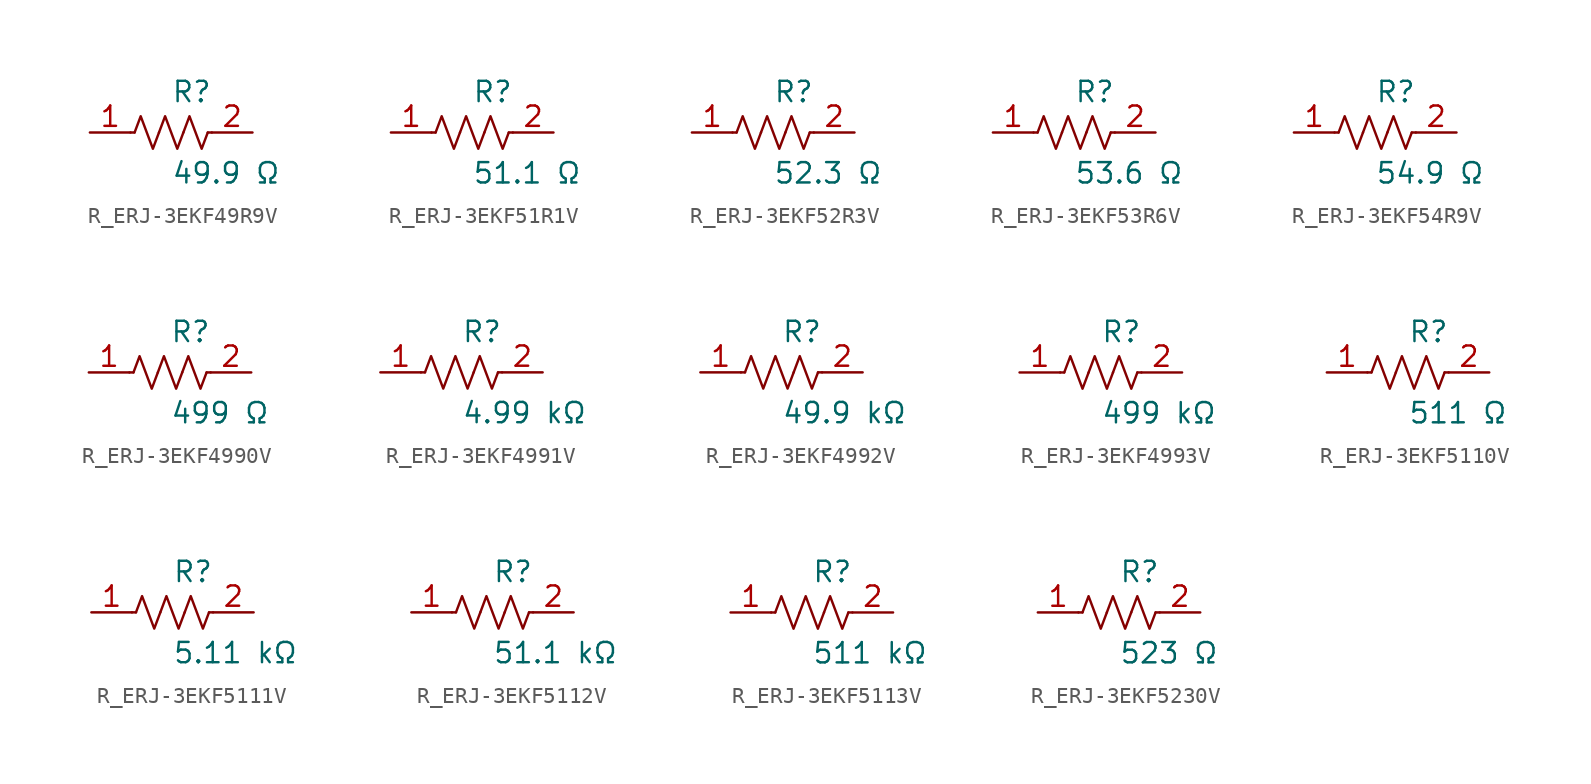
<source format=kicad_sym>
(kicad_symbol_lib
  (version 20231120)
  (generator "kicad_symbol_editor")
  (generator_version "8.0")
  (symbol "R_ERJ-3EKF49R9V"
    (pin_names
      (offset 0.254))
    (property "Reference" "R"
      (at 0 2.54 0)
      (effects (font (size 1.27 1.27)) (justify left)))
    (property "Value" "49.9 Ω"
      (at 0 -2.54 0)
      (effects (font (size 1.27 1.27)) (justify left)))
    (symbol "R_ERJ-3EKF49R9V_0_1"
      (polyline (pts (xy 2.286 0) (xy 2.54 0)) (stroke (width 0) (type default)) (fill (type none)))
      (polyline (pts (xy -2.286 0) (xy -2.54 0)) (stroke (width 0) (type default)) (fill (type none)))
      (polyline (pts (xy 0.762 0) (xy 1.143 1.016) (xy 1.524 0) (xy 1.905 -1.016) (xy 2.286 0)) (stroke (width 0) (type default)) (fill (type none)))
      (polyline (pts (xy -0.762 0) (xy -0.381 1.016) (xy 0 0) (xy 0.381 -1.016) (xy 0.762 0)) (stroke (width 0) (type default)) (fill (type none)))
      (polyline (pts (xy -2.286 0) (xy -1.905 1.016) (xy -1.524 0) (xy -1.143 -1.016) (xy -0.762 0)) (stroke (width 0) (type default)) (fill (type none))))
    (pin unspecified line
      (at -5.08 0 0)
      (length 2.54)
      (name "" (effects (font (size 1.27 1.27))))
      (number "1" (effects (font (size 1.27 1.27)))))
    (pin unspecified line
      (at 5.08 0 180)
      (length 2.54)
      (name "" (effects (font (size 1.27 1.27))))
      (number "2" (effects (font (size 1.27 1.27))))))
  (symbol "R_ERJ-3EKF51R1V"
    (pin_names
      (offset 0.254))
    (property "Reference" "R"
      (at 0 2.54 0)
      (effects (font (size 1.27 1.27)) (justify left)))
    (property "Value" "51.1 Ω"
      (at 0 -2.54 0)
      (effects (font (size 1.27 1.27)) (justify left)))
    (symbol "R_ERJ-3EKF51R1V_0_1"
      (polyline (pts (xy 2.286 0) (xy 2.54 0)) (stroke (width 0) (type default)) (fill (type none)))
      (polyline (pts (xy -2.286 0) (xy -2.54 0)) (stroke (width 0) (type default)) (fill (type none)))
      (polyline (pts (xy 0.762 0) (xy 1.143 1.016) (xy 1.524 0) (xy 1.905 -1.016) (xy 2.286 0)) (stroke (width 0) (type default)) (fill (type none)))
      (polyline (pts (xy -0.762 0) (xy -0.381 1.016) (xy 0 0) (xy 0.381 -1.016) (xy 0.762 0)) (stroke (width 0) (type default)) (fill (type none)))
      (polyline (pts (xy -2.286 0) (xy -1.905 1.016) (xy -1.524 0) (xy -1.143 -1.016) (xy -0.762 0)) (stroke (width 0) (type default)) (fill (type none))))
    (pin unspecified line
      (at -5.08 0 0)
      (length 2.54)
      (name "" (effects (font (size 1.27 1.27))))
      (number "1" (effects (font (size 1.27 1.27)))))
    (pin unspecified line
      (at 5.08 0 180)
      (length 2.54)
      (name "" (effects (font (size 1.27 1.27))))
      (number "2" (effects (font (size 1.27 1.27))))))
  (symbol "R_ERJ-3EKF52R3V"
    (pin_names
      (offset 0.254))
    (property "Reference" "R"
      (at 0 2.54 0)
      (effects (font (size 1.27 1.27)) (justify left)))
    (property "Value" "52.3 Ω"
      (at 0 -2.54 0)
      (effects (font (size 1.27 1.27)) (justify left)))
    (symbol "R_ERJ-3EKF52R3V_0_1"
      (polyline (pts (xy 2.286 0) (xy 2.54 0)) (stroke (width 0) (type default)) (fill (type none)))
      (polyline (pts (xy -2.286 0) (xy -2.54 0)) (stroke (width 0) (type default)) (fill (type none)))
      (polyline (pts (xy 0.762 0) (xy 1.143 1.016) (xy 1.524 0) (xy 1.905 -1.016) (xy 2.286 0)) (stroke (width 0) (type default)) (fill (type none)))
      (polyline (pts (xy -0.762 0) (xy -0.381 1.016) (xy 0 0) (xy 0.381 -1.016) (xy 0.762 0)) (stroke (width 0) (type default)) (fill (type none)))
      (polyline (pts (xy -2.286 0) (xy -1.905 1.016) (xy -1.524 0) (xy -1.143 -1.016) (xy -0.762 0)) (stroke (width 0) (type default)) (fill (type none))))
    (pin unspecified line
      (at -5.08 0 0)
      (length 2.54)
      (name "" (effects (font (size 1.27 1.27))))
      (number "1" (effects (font (size 1.27 1.27)))))
    (pin unspecified line
      (at 5.08 0 180)
      (length 2.54)
      (name "" (effects (font (size 1.27 1.27))))
      (number "2" (effects (font (size 1.27 1.27))))))
  (symbol "R_ERJ-3EKF53R6V"
    (pin_names
      (offset 0.254))
    (property "Reference" "R"
      (at 0 2.54 0)
      (effects (font (size 1.27 1.27)) (justify left)))
    (property "Value" "53.6 Ω"
      (at 0 -2.54 0)
      (effects (font (size 1.27 1.27)) (justify left)))
    (symbol "R_ERJ-3EKF53R6V_0_1"
      (polyline (pts (xy 2.286 0) (xy 2.54 0)) (stroke (width 0) (type default)) (fill (type none)))
      (polyline (pts (xy -2.286 0) (xy -2.54 0)) (stroke (width 0) (type default)) (fill (type none)))
      (polyline (pts (xy 0.762 0) (xy 1.143 1.016) (xy 1.524 0) (xy 1.905 -1.016) (xy 2.286 0)) (stroke (width 0) (type default)) (fill (type none)))
      (polyline (pts (xy -0.762 0) (xy -0.381 1.016) (xy 0 0) (xy 0.381 -1.016) (xy 0.762 0)) (stroke (width 0) (type default)) (fill (type none)))
      (polyline (pts (xy -2.286 0) (xy -1.905 1.016) (xy -1.524 0) (xy -1.143 -1.016) (xy -0.762 0)) (stroke (width 0) (type default)) (fill (type none))))
    (pin unspecified line
      (at -5.08 0 0)
      (length 2.54)
      (name "" (effects (font (size 1.27 1.27))))
      (number "1" (effects (font (size 1.27 1.27)))))
    (pin unspecified line
      (at 5.08 0 180)
      (length 2.54)
      (name "" (effects (font (size 1.27 1.27))))
      (number "2" (effects (font (size 1.27 1.27))))))
  (symbol "R_ERJ-3EKF54R9V"
    (pin_names
      (offset 0.254))
    (property "Reference" "R"
      (at 0 2.54 0)
      (effects (font (size 1.27 1.27)) (justify left)))
    (property "Value" "54.9 Ω"
      (at 0 -2.54 0)
      (effects (font (size 1.27 1.27)) (justify left)))
    (symbol "R_ERJ-3EKF54R9V_0_1"
      (polyline (pts (xy 2.286 0) (xy 2.54 0)) (stroke (width 0) (type default)) (fill (type none)))
      (polyline (pts (xy -2.286 0) (xy -2.54 0)) (stroke (width 0) (type default)) (fill (type none)))
      (polyline (pts (xy 0.762 0) (xy 1.143 1.016) (xy 1.524 0) (xy 1.905 -1.016) (xy 2.286 0)) (stroke (width 0) (type default)) (fill (type none)))
      (polyline (pts (xy -0.762 0) (xy -0.381 1.016) (xy 0 0) (xy 0.381 -1.016) (xy 0.762 0)) (stroke (width 0) (type default)) (fill (type none)))
      (polyline (pts (xy -2.286 0) (xy -1.905 1.016) (xy -1.524 0) (xy -1.143 -1.016) (xy -0.762 0)) (stroke (width 0) (type default)) (fill (type none))))
    (pin unspecified line
      (at -5.08 0 0)
      (length 2.54)
      (name "" (effects (font (size 1.27 1.27))))
      (number "1" (effects (font (size 1.27 1.27)))))
    (pin unspecified line
      (at 5.08 0 180)
      (length 2.54)
      (name "" (effects (font (size 1.27 1.27))))
      (number "2" (effects (font (size 1.27 1.27))))))
  (symbol "R_ERJ-3EKF4990V"
    (pin_names
      (offset 0.254))
    (property "Reference" "R"
      (at 0 2.54 0)
      (effects (font (size 1.27 1.27)) (justify left)))
    (property "Value" "499 Ω"
      (at 0 -2.54 0)
      (effects (font (size 1.27 1.27)) (justify left)))
    (symbol "R_ERJ-3EKF4990V_0_1"
      (polyline (pts (xy 2.286 0) (xy 2.54 0)) (stroke (width 0) (type default)) (fill (type none)))
      (polyline (pts (xy -2.286 0) (xy -2.54 0)) (stroke (width 0) (type default)) (fill (type none)))
      (polyline (pts (xy 0.762 0) (xy 1.143 1.016) (xy 1.524 0) (xy 1.905 -1.016) (xy 2.286 0)) (stroke (width 0) (type default)) (fill (type none)))
      (polyline (pts (xy -0.762 0) (xy -0.381 1.016) (xy 0 0) (xy 0.381 -1.016) (xy 0.762 0)) (stroke (width 0) (type default)) (fill (type none)))
      (polyline (pts (xy -2.286 0) (xy -1.905 1.016) (xy -1.524 0) (xy -1.143 -1.016) (xy -0.762 0)) (stroke (width 0) (type default)) (fill (type none))))
    (pin unspecified line
      (at -5.08 0 0)
      (length 2.54)
      (name "" (effects (font (size 1.27 1.27))))
      (number "1" (effects (font (size 1.27 1.27)))))
    (pin unspecified line
      (at 5.08 0 180)
      (length 2.54)
      (name "" (effects (font (size 1.27 1.27))))
      (number "2" (effects (font (size 1.27 1.27))))))
  (symbol "R_ERJ-3EKF4991V"
    (pin_names
      (offset 0.254))
    (property "Reference" "R"
      (at 0 2.54 0)
      (effects (font (size 1.27 1.27)) (justify left)))
    (property "Value" "4.99 kΩ"
      (at 0 -2.54 0)
      (effects (font (size 1.27 1.27)) (justify left)))
    (symbol "R_ERJ-3EKF4991V_0_1"
      (polyline (pts (xy 2.286 0) (xy 2.54 0)) (stroke (width 0) (type default)) (fill (type none)))
      (polyline (pts (xy -2.286 0) (xy -2.54 0)) (stroke (width 0) (type default)) (fill (type none)))
      (polyline (pts (xy 0.762 0) (xy 1.143 1.016) (xy 1.524 0) (xy 1.905 -1.016) (xy 2.286 0)) (stroke (width 0) (type default)) (fill (type none)))
      (polyline (pts (xy -0.762 0) (xy -0.381 1.016) (xy 0 0) (xy 0.381 -1.016) (xy 0.762 0)) (stroke (width 0) (type default)) (fill (type none)))
      (polyline (pts (xy -2.286 0) (xy -1.905 1.016) (xy -1.524 0) (xy -1.143 -1.016) (xy -0.762 0)) (stroke (width 0) (type default)) (fill (type none))))
    (pin unspecified line
      (at -5.08 0 0)
      (length 2.54)
      (name "" (effects (font (size 1.27 1.27))))
      (number "1" (effects (font (size 1.27 1.27)))))
    (pin unspecified line
      (at 5.08 0 180)
      (length 2.54)
      (name "" (effects (font (size 1.27 1.27))))
      (number "2" (effects (font (size 1.27 1.27))))))
  (symbol "R_ERJ-3EKF4992V"
    (pin_names
      (offset 0.254))
    (property "Reference" "R"
      (at 0 2.54 0)
      (effects (font (size 1.27 1.27)) (justify left)))
    (property "Value" "49.9 kΩ"
      (at 0 -2.54 0)
      (effects (font (size 1.27 1.27)) (justify left)))
    (symbol "R_ERJ-3EKF4992V_0_1"
      (polyline (pts (xy 2.286 0) (xy 2.54 0)) (stroke (width 0) (type default)) (fill (type none)))
      (polyline (pts (xy -2.286 0) (xy -2.54 0)) (stroke (width 0) (type default)) (fill (type none)))
      (polyline (pts (xy 0.762 0) (xy 1.143 1.016) (xy 1.524 0) (xy 1.905 -1.016) (xy 2.286 0)) (stroke (width 0) (type default)) (fill (type none)))
      (polyline (pts (xy -0.762 0) (xy -0.381 1.016) (xy 0 0) (xy 0.381 -1.016) (xy 0.762 0)) (stroke (width 0) (type default)) (fill (type none)))
      (polyline (pts (xy -2.286 0) (xy -1.905 1.016) (xy -1.524 0) (xy -1.143 -1.016) (xy -0.762 0)) (stroke (width 0) (type default)) (fill (type none))))
    (pin unspecified line
      (at -5.08 0 0)
      (length 2.54)
      (name "" (effects (font (size 1.27 1.27))))
      (number "1" (effects (font (size 1.27 1.27)))))
    (pin unspecified line
      (at 5.08 0 180)
      (length 2.54)
      (name "" (effects (font (size 1.27 1.27))))
      (number "2" (effects (font (size 1.27 1.27))))))
  (symbol "R_ERJ-3EKF4993V"
    (pin_names
      (offset 0.254))
    (property "Reference" "R"
      (at 0 2.54 0)
      (effects (font (size 1.27 1.27)) (justify left)))
    (property "Value" "499 kΩ"
      (at 0 -2.54 0)
      (effects (font (size 1.27 1.27)) (justify left)))
    (symbol "R_ERJ-3EKF4993V_0_1"
      (polyline (pts (xy 2.286 0) (xy 2.54 0)) (stroke (width 0) (type default)) (fill (type none)))
      (polyline (pts (xy -2.286 0) (xy -2.54 0)) (stroke (width 0) (type default)) (fill (type none)))
      (polyline (pts (xy 0.762 0) (xy 1.143 1.016) (xy 1.524 0) (xy 1.905 -1.016) (xy 2.286 0)) (stroke (width 0) (type default)) (fill (type none)))
      (polyline (pts (xy -0.762 0) (xy -0.381 1.016) (xy 0 0) (xy 0.381 -1.016) (xy 0.762 0)) (stroke (width 0) (type default)) (fill (type none)))
      (polyline (pts (xy -2.286 0) (xy -1.905 1.016) (xy -1.524 0) (xy -1.143 -1.016) (xy -0.762 0)) (stroke (width 0) (type default)) (fill (type none))))
    (pin unspecified line
      (at -5.08 0 0)
      (length 2.54)
      (name "" (effects (font (size 1.27 1.27))))
      (number "1" (effects (font (size 1.27 1.27)))))
    (pin unspecified line
      (at 5.08 0 180)
      (length 2.54)
      (name "" (effects (font (size 1.27 1.27))))
      (number "2" (effects (font (size 1.27 1.27))))))
  (symbol "R_ERJ-3EKF5110V"
    (pin_names
      (offset 0.254))
    (property "Reference" "R"
      (at 0 2.54 0)
      (effects (font (size 1.27 1.27)) (justify left)))
    (property "Value" "511 Ω"
      (at 0 -2.54 0)
      (effects (font (size 1.27 1.27)) (justify left)))
    (symbol "R_ERJ-3EKF5110V_0_1"
      (polyline (pts (xy 2.286 0) (xy 2.54 0)) (stroke (width 0) (type default)) (fill (type none)))
      (polyline (pts (xy -2.286 0) (xy -2.54 0)) (stroke (width 0) (type default)) (fill (type none)))
      (polyline (pts (xy 0.762 0) (xy 1.143 1.016) (xy 1.524 0) (xy 1.905 -1.016) (xy 2.286 0)) (stroke (width 0) (type default)) (fill (type none)))
      (polyline (pts (xy -0.762 0) (xy -0.381 1.016) (xy 0 0) (xy 0.381 -1.016) (xy 0.762 0)) (stroke (width 0) (type default)) (fill (type none)))
      (polyline (pts (xy -2.286 0) (xy -1.905 1.016) (xy -1.524 0) (xy -1.143 -1.016) (xy -0.762 0)) (stroke (width 0) (type default)) (fill (type none))))
    (pin unspecified line
      (at -5.08 0 0)
      (length 2.54)
      (name "" (effects (font (size 1.27 1.27))))
      (number "1" (effects (font (size 1.27 1.27)))))
    (pin unspecified line
      (at 5.08 0 180)
      (length 2.54)
      (name "" (effects (font (size 1.27 1.27))))
      (number "2" (effects (font (size 1.27 1.27))))))
  (symbol "R_ERJ-3EKF5111V"
    (pin_names
      (offset 0.254))
    (property "Reference" "R"
      (at 0 2.54 0)
      (effects (font (size 1.27 1.27)) (justify left)))
    (property "Value" "5.11 kΩ"
      (at 0 -2.54 0)
      (effects (font (size 1.27 1.27)) (justify left)))
    (symbol "R_ERJ-3EKF5111V_0_1"
      (polyline (pts (xy 2.286 0) (xy 2.54 0)) (stroke (width 0) (type default)) (fill (type none)))
      (polyline (pts (xy -2.286 0) (xy -2.54 0)) (stroke (width 0) (type default)) (fill (type none)))
      (polyline (pts (xy 0.762 0) (xy 1.143 1.016) (xy 1.524 0) (xy 1.905 -1.016) (xy 2.286 0)) (stroke (width 0) (type default)) (fill (type none)))
      (polyline (pts (xy -0.762 0) (xy -0.381 1.016) (xy 0 0) (xy 0.381 -1.016) (xy 0.762 0)) (stroke (width 0) (type default)) (fill (type none)))
      (polyline (pts (xy -2.286 0) (xy -1.905 1.016) (xy -1.524 0) (xy -1.143 -1.016) (xy -0.762 0)) (stroke (width 0) (type default)) (fill (type none))))
    (pin unspecified line
      (at -5.08 0 0)
      (length 2.54)
      (name "" (effects (font (size 1.27 1.27))))
      (number "1" (effects (font (size 1.27 1.27)))))
    (pin unspecified line
      (at 5.08 0 180)
      (length 2.54)
      (name "" (effects (font (size 1.27 1.27))))
      (number "2" (effects (font (size 1.27 1.27))))))
  (symbol "R_ERJ-3EKF5112V"
    (pin_names
      (offset 0.254))
    (property "Reference" "R"
      (at 0 2.54 0)
      (effects (font (size 1.27 1.27)) (justify left)))
    (property "Value" "51.1 kΩ"
      (at 0 -2.54 0)
      (effects (font (size 1.27 1.27)) (justify left)))
    (symbol "R_ERJ-3EKF5112V_0_1"
      (polyline (pts (xy 2.286 0) (xy 2.54 0)) (stroke (width 0) (type default)) (fill (type none)))
      (polyline (pts (xy -2.286 0) (xy -2.54 0)) (stroke (width 0) (type default)) (fill (type none)))
      (polyline (pts (xy 0.762 0) (xy 1.143 1.016) (xy 1.524 0) (xy 1.905 -1.016) (xy 2.286 0)) (stroke (width 0) (type default)) (fill (type none)))
      (polyline (pts (xy -0.762 0) (xy -0.381 1.016) (xy 0 0) (xy 0.381 -1.016) (xy 0.762 0)) (stroke (width 0) (type default)) (fill (type none)))
      (polyline (pts (xy -2.286 0) (xy -1.905 1.016) (xy -1.524 0) (xy -1.143 -1.016) (xy -0.762 0)) (stroke (width 0) (type default)) (fill (type none))))
    (pin unspecified line
      (at -5.08 0 0)
      (length 2.54)
      (name "" (effects (font (size 1.27 1.27))))
      (number "1" (effects (font (size 1.27 1.27)))))
    (pin unspecified line
      (at 5.08 0 180)
      (length 2.54)
      (name "" (effects (font (size 1.27 1.27))))
      (number "2" (effects (font (size 1.27 1.27))))))
  (symbol "R_ERJ-3EKF5113V"
    (pin_names
      (offset 0.254))
    (property "Reference" "R"
      (at 0 2.54 0)
      (effects (font (size 1.27 1.27)) (justify left)))
    (property "Value" "511 kΩ"
      (at 0 -2.54 0)
      (effects (font (size 1.27 1.27)) (justify left)))
    (symbol "R_ERJ-3EKF5113V_0_1"
      (polyline (pts (xy 2.286 0) (xy 2.54 0)) (stroke (width 0) (type default)) (fill (type none)))
      (polyline (pts (xy -2.286 0) (xy -2.54 0)) (stroke (width 0) (type default)) (fill (type none)))
      (polyline (pts (xy 0.762 0) (xy 1.143 1.016) (xy 1.524 0) (xy 1.905 -1.016) (xy 2.286 0)) (stroke (width 0) (type default)) (fill (type none)))
      (polyline (pts (xy -0.762 0) (xy -0.381 1.016) (xy 0 0) (xy 0.381 -1.016) (xy 0.762 0)) (stroke (width 0) (type default)) (fill (type none)))
      (polyline (pts (xy -2.286 0) (xy -1.905 1.016) (xy -1.524 0) (xy -1.143 -1.016) (xy -0.762 0)) (stroke (width 0) (type default)) (fill (type none))))
    (pin unspecified line
      (at -5.08 0 0)
      (length 2.54)
      (name "" (effects (font (size 1.27 1.27))))
      (number "1" (effects (font (size 1.27 1.27)))))
    (pin unspecified line
      (at 5.08 0 180)
      (length 2.54)
      (name "" (effects (font (size 1.27 1.27))))
      (number "2" (effects (font (size 1.27 1.27))))))
  (symbol "R_ERJ-3EKF5230V"
    (pin_names
      (offset 0.254))
    (property "Reference" "R"
      (at 0 2.54 0)
      (effects (font (size 1.27 1.27)) (justify left)))
    (property "Value" "523 Ω"
      (at 0 -2.54 0)
      (effects (font (size 1.27 1.27)) (justify left)))
    (symbol "R_ERJ-3EKF5230V_0_1"
      (polyline (pts (xy 2.286 0) (xy 2.54 0)) (stroke (width 0) (type default)) (fill (type none)))
      (polyline (pts (xy -2.286 0) (xy -2.54 0)) (stroke (width 0) (type default)) (fill (type none)))
      (polyline (pts (xy 0.762 0) (xy 1.143 1.016) (xy 1.524 0) (xy 1.905 -1.016) (xy 2.286 0)) (stroke (width 0) (type default)) (fill (type none)))
      (polyline (pts (xy -0.762 0) (xy -0.381 1.016) (xy 0 0) (xy 0.381 -1.016) (xy 0.762 0)) (stroke (width 0) (type default)) (fill (type none)))
      (polyline (pts (xy -2.286 0) (xy -1.905 1.016) (xy -1.524 0) (xy -1.143 -1.016) (xy -0.762 0)) (stroke (width 0) (type default)) (fill (type none))))
    (pin unspecified line
      (at -5.08 0 0)
      (length 2.54)
      (name "" (effects (font (size 1.27 1.27))))
      (number "1" (effects (font (size 1.27 1.27)))))
    (pin unspecified line
      (at 5.08 0 180)
      (length 2.54)
      (name "" (effects (font (size 1.27 1.27))))
      (number "2" (effects (font (size 1.27 1.27)))))))
</source>
